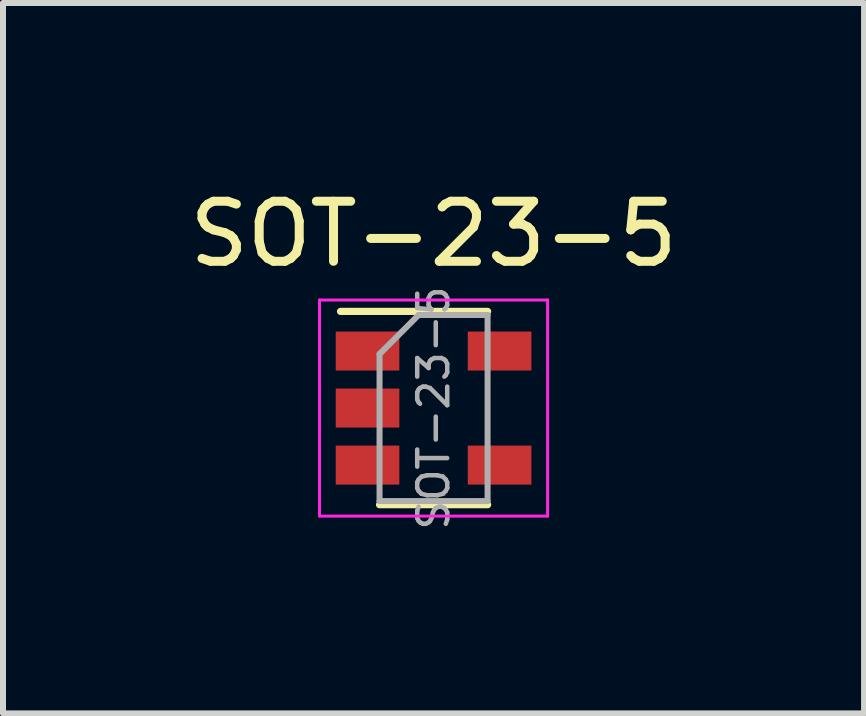
<source format=kicad_pcb>
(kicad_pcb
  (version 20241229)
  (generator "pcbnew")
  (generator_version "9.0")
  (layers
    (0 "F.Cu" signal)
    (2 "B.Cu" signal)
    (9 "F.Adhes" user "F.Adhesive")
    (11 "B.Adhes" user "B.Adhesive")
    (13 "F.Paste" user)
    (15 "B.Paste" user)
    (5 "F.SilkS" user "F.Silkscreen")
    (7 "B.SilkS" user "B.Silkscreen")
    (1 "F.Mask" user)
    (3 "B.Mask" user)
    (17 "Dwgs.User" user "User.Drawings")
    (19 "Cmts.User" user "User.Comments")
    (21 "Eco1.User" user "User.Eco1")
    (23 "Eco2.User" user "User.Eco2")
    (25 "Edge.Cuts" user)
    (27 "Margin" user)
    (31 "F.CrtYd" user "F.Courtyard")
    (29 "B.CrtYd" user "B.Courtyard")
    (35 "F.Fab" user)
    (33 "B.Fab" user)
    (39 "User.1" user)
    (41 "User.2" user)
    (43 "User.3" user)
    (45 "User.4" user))
  (footprint "SOT-23-5"
    (layer "F.Cu")
    (at 4.173 3.748)
    (property "Reference" "SOT-23-5" (at 0 -2.9 0) (layer "F.SilkS") (effects (font (size 1 1) (thickness 0.15))))
    (attr smd)
    (fp_line (start -0.9 1.61) (end 0.9 1.61) (stroke (width 0.12) (type solid)) (layer "F.SilkS"))
    (fp_line (start 0.9 -1.61) (end -1.55 -1.61) (stroke (width 0.12) (type solid)) (layer "F.SilkS"))
    (fp_line (start -1.9 -1.8) (end 1.9 -1.8) (stroke (width 0.05) (type solid)) (layer "F.CrtYd"))
    (fp_line (start -1.9 1.8) (end -1.9 -1.8) (stroke (width 0.05) (type solid)) (layer "F.CrtYd"))
    (fp_line (start 1.9 -1.8) (end 1.9 1.8) (stroke (width 0.05) (type solid)) (layer "F.CrtYd"))
    (fp_line (start 1.9 1.8) (end -1.9 1.8) (stroke (width 0.05) (type solid)) (layer "F.CrtYd"))
    (fp_line (start -0.9 -0.9) (end -0.9 1.55) (stroke (width 0.1) (type solid)) (layer "F.Fab"))
    (fp_line (start -0.9 -0.9) (end -0.25 -1.55) (stroke (width 0.1) (type solid)) (layer "F.Fab"))
    (fp_line (start 0.9 -1.55) (end -0.25 -1.55) (stroke (width 0.1) (type solid)) (layer "F.Fab"))
    (fp_line (start 0.9 -1.55) (end 0.9 1.55) (stroke (width 0.1) (type solid)) (layer "F.Fab"))
    (fp_line (start 0.9 1.55) (end -0.9 1.55) (stroke (width 0.1) (type solid)) (layer "F.Fab"))
    (fp_text user "${REFERENCE}" (at 0 0 90) (layer "F.Fab") (effects (font (size 0.5 0.5) (thickness 0.075))))
    (pad "1" smd rect (at -1.1 -0.95) (size 1.06 0.65) (layers "F.Cu" "F.Mask" "F.Paste"))
    (pad "2" smd rect (at -1.1 0) (size 1.06 0.65) (layers "F.Cu" "F.Mask" "F.Paste"))
    (pad "3" smd rect (at -1.1 0.95) (size 1.06 0.65) (layers "F.Cu" "F.Mask" "F.Paste"))
    (pad "4" smd rect (at 1.1 0.95) (size 1.06 0.65) (layers "F.Cu" "F.Mask" "F.Paste"))
    (pad "5" smd rect (at 1.1 -0.95) (size 1.06 0.65) (layers "F.Cu" "F.Mask" "F.Paste")))
  (gr_rect
    (start -3 -3)
    (end 11.345 8.835)
    (stroke (width 0.1) (type default))
    (fill no)
    (layer "Edge.Cuts")))
</source>
